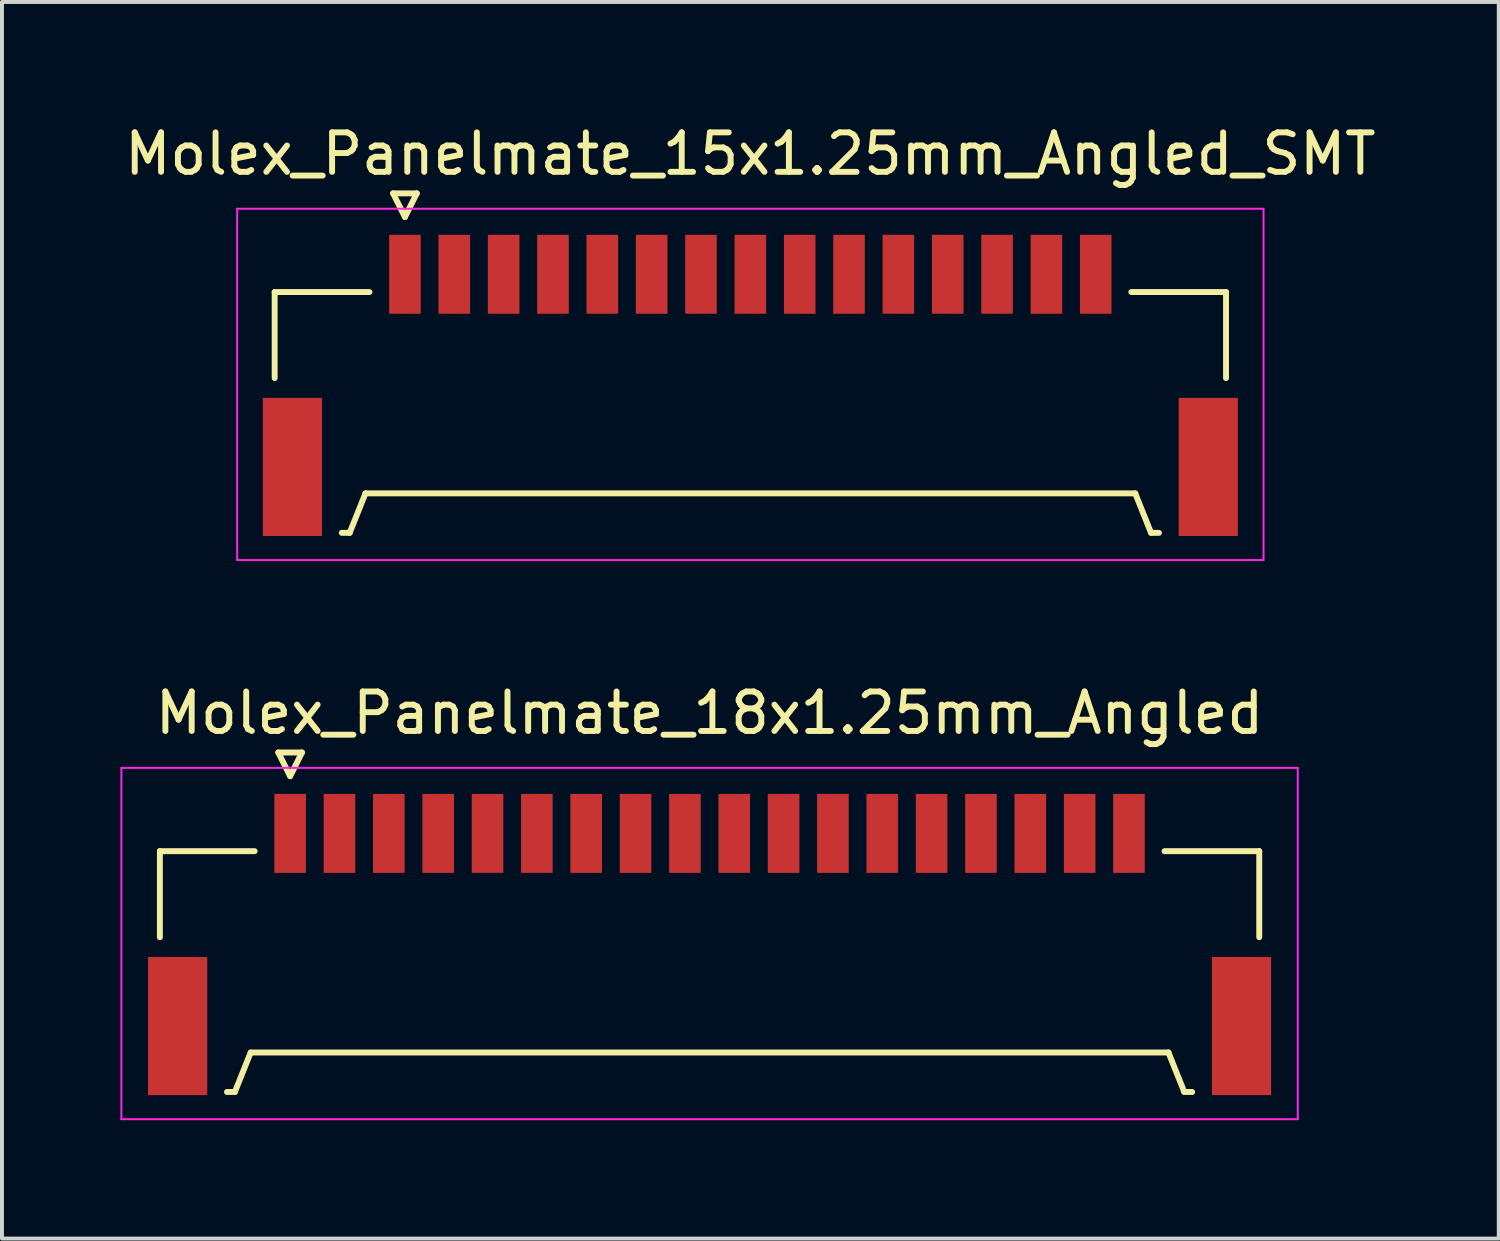
<source format=kicad_pcb>
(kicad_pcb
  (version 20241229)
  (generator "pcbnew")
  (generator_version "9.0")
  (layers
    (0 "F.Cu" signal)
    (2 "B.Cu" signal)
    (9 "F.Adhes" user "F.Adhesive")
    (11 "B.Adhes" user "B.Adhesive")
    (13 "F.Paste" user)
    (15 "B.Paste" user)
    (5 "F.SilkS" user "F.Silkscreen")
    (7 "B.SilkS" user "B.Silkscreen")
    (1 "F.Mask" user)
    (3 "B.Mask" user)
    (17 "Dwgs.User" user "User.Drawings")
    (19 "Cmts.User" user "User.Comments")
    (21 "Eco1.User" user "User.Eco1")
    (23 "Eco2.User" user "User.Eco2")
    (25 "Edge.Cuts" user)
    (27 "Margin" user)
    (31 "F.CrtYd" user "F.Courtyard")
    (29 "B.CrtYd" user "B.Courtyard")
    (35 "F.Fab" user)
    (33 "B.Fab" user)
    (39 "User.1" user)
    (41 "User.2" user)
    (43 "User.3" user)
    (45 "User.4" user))
  (footprint "Molex_Panelmate_15x1.25mm_Angled_SMT"
    (layer "F.Cu")
    (at 15.958 6.338)
    (property "Reference" "Molex_Panelmate_15x1.25mm_Angled_SMT" (at 0 -5.49 0) (layer "F.SilkS") (effects (font (size 1 1) (thickness 0.15))))
    (attr smd)
    (fp_line (start -12.05 -1.99) (end -12.05 0.19) (stroke (width 0.15) (type solid)) (layer "F.SilkS"))
    (fp_line (start -10.35 4.11) (end -10.15 4.11) (stroke (width 0.15) (type solid)) (layer "F.SilkS"))
    (fp_line (start -10.15 4.11) (end -9.75 3.11) (stroke (width 0.15) (type solid)) (layer "F.SilkS"))
    (fp_line (start -9.75 3.11) (end 9.75 3.11) (stroke (width 0.15) (type solid)) (layer "F.SilkS"))
    (fp_line (start -9.65 -1.99) (end -12.05 -1.99) (stroke (width 0.15) (type solid)) (layer "F.SilkS"))
    (fp_line (start -9.05 -4.49) (end -8.75 -3.89) (stroke (width 0.15) (type solid)) (layer "F.SilkS"))
    (fp_line (start -8.75 -3.89) (end -8.45 -4.49) (stroke (width 0.15) (type solid)) (layer "F.SilkS"))
    (fp_line (start -8.45 -4.49) (end -9.05 -4.49) (stroke (width 0.15) (type solid)) (layer "F.SilkS"))
    (fp_line (start 9.65 -1.99) (end 12.05 -1.99) (stroke (width 0.15) (type solid)) (layer "F.SilkS"))
    (fp_line (start 9.75 3.11) (end 10.15 4.11) (stroke (width 0.15) (type solid)) (layer "F.SilkS"))
    (fp_line (start 10.15 4.11) (end 10.35 4.11) (stroke (width 0.15) (type solid)) (layer "F.SilkS"))
    (fp_line (start 12.05 -1.99) (end 12.05 0.19) (stroke (width 0.15) (type solid)) (layer "F.SilkS"))
    (fp_line (start -13 -4.1) (end -13 4.8) (stroke (width 0.05) (type solid)) (layer "F.CrtYd"))
    (fp_line (start -13 4.8) (end 13 4.8) (stroke (width 0.05) (type solid)) (layer "F.CrtYd"))
    (fp_line (start 13 -4.1) (end -13 -4.1) (stroke (width 0.05) (type solid)) (layer "F.CrtYd"))
    (fp_line (start 13 4.8) (end 13 -4.1) (stroke (width 0.05) (type solid)) (layer "F.CrtYd"))
    (pad "" smd rect (at -11.6 2.44) (size 1.5 3.5) (layers "F.Cu" "F.Mask" "F.Paste"))
    (pad "" smd rect (at 11.6 2.44) (size 1.5 3.5) (layers "F.Cu" "F.Mask" "F.Paste"))
    (pad "1" smd rect (at -8.75 -2.44) (size 0.8 2) (layers "F.Cu" "F.Mask" "F.Paste"))
    (pad "2" smd rect (at -7.5 -2.44) (size 0.8 2) (layers "F.Cu" "F.Mask" "F.Paste"))
    (pad "3" smd rect (at -6.25 -2.44) (size 0.8 2) (layers "F.Cu" "F.Mask" "F.Paste"))
    (pad "4" smd rect (at -5 -2.44) (size 0.8 2) (layers "F.Cu" "F.Mask" "F.Paste"))
    (pad "5" smd rect (at -3.75 -2.44) (size 0.8 2) (layers "F.Cu" "F.Mask" "F.Paste"))
    (pad "6" smd rect (at -2.5 -2.44) (size 0.8 2) (layers "F.Cu" "F.Mask" "F.Paste"))
    (pad "7" smd rect (at -1.25 -2.44) (size 0.8 2) (layers "F.Cu" "F.Mask" "F.Paste"))
    (pad "8" smd rect (at 0 -2.44) (size 0.8 2) (layers "F.Cu" "F.Mask" "F.Paste"))
    (pad "9" smd rect (at 1.25 -2.44) (size 0.8 2) (layers "F.Cu" "F.Mask" "F.Paste"))
    (pad "10" smd rect (at 2.5 -2.44) (size 0.8 2) (layers "F.Cu" "F.Mask" "F.Paste"))
    (pad "11" smd rect (at 3.75 -2.44) (size 0.8 2) (layers "F.Cu" "F.Mask" "F.Paste"))
    (pad "12" smd rect (at 5 -2.44) (size 0.8 2) (layers "F.Cu" "F.Mask" "F.Paste"))
    (pad "13" smd rect (at 6.25 -2.44) (size 0.8 2) (layers "F.Cu" "F.Mask" "F.Paste"))
    (pad "14" smd rect (at 7.5 -2.44) (size 0.8 2) (layers "F.Cu" "F.Mask" "F.Paste"))
    (pad "15" smd rect (at 8.75 -2.44) (size 0.8 2) (layers "F.Cu" "F.Mask" "F.Paste")))
  (footprint "Molex_Panelmate_18x1.25mm_Angled"
    (layer "F.Cu")
    (at 14.925 20.502)
    (property "Reference" "Molex_Panelmate_18x1.25mm_Angled" (at 0 -5.49 0) (layer "F.SilkS") (effects (font (size 1 1) (thickness 0.15))))
    (attr smd)
    (fp_line (start -13.925 -1.99) (end -13.925 0.19) (stroke (width 0.15) (type solid)) (layer "F.SilkS"))
    (fp_line (start -12.225 4.11) (end -12.025 4.11) (stroke (width 0.15) (type solid)) (layer "F.SilkS"))
    (fp_line (start -12.025 4.11) (end -11.625 3.11) (stroke (width 0.15) (type solid)) (layer "F.SilkS"))
    (fp_line (start -11.625 3.11) (end 11.625 3.11) (stroke (width 0.15) (type solid)) (layer "F.SilkS"))
    (fp_line (start -11.525 -1.99) (end -13.925 -1.99) (stroke (width 0.15) (type solid)) (layer "F.SilkS"))
    (fp_line (start -10.925 -4.49) (end -10.625 -3.89) (stroke (width 0.15) (type solid)) (layer "F.SilkS"))
    (fp_line (start -10.625 -3.89) (end -10.325 -4.49) (stroke (width 0.15) (type solid)) (layer "F.SilkS"))
    (fp_line (start -10.325 -4.49) (end -10.925 -4.49) (stroke (width 0.15) (type solid)) (layer "F.SilkS"))
    (fp_line (start 11.525 -1.99) (end 13.925 -1.99) (stroke (width 0.15) (type solid)) (layer "F.SilkS"))
    (fp_line (start 11.625 3.11) (end 12.025 4.11) (stroke (width 0.15) (type solid)) (layer "F.SilkS"))
    (fp_line (start 12.025 4.11) (end 12.225 4.11) (stroke (width 0.15) (type solid)) (layer "F.SilkS"))
    (fp_line (start 13.925 -1.99) (end 13.925 0.19) (stroke (width 0.15) (type solid)) (layer "F.SilkS"))
    (fp_line (start -14.9 -4.1) (end -14.9 4.8) (stroke (width 0.05) (type solid)) (layer "F.CrtYd"))
    (fp_line (start -14.9 4.8) (end 14.9 4.8) (stroke (width 0.05) (type solid)) (layer "F.CrtYd"))
    (fp_line (start 14.9 -4.1) (end -14.9 -4.1) (stroke (width 0.05) (type solid)) (layer "F.CrtYd"))
    (fp_line (start 14.9 4.8) (end 14.9 -4.1) (stroke (width 0.05) (type solid)) (layer "F.CrtYd"))
    (pad "" smd rect (at -13.475 2.44) (size 1.5 3.5) (layers "F.Cu" "F.Mask" "F.Paste"))
    (pad "" smd rect (at 13.475 2.44) (size 1.5 3.5) (layers "F.Cu" "F.Mask" "F.Paste"))
    (pad "1" smd rect (at -10.625 -2.44) (size 0.8 2) (layers "F.Cu" "F.Mask" "F.Paste"))
    (pad "2" smd rect (at -9.375 -2.44) (size 0.8 2) (layers "F.Cu" "F.Mask" "F.Paste"))
    (pad "3" smd rect (at -8.125 -2.44) (size 0.8 2) (layers "F.Cu" "F.Mask" "F.Paste"))
    (pad "4" smd rect (at -6.875 -2.44) (size 0.8 2) (layers "F.Cu" "F.Mask" "F.Paste"))
    (pad "5" smd rect (at -5.625 -2.44) (size 0.8 2) (layers "F.Cu" "F.Mask" "F.Paste"))
    (pad "6" smd rect (at -4.375 -2.44) (size 0.8 2) (layers "F.Cu" "F.Mask" "F.Paste"))
    (pad "7" smd rect (at -3.125 -2.44) (size 0.8 2) (layers "F.Cu" "F.Mask" "F.Paste"))
    (pad "8" smd rect (at -1.875 -2.44) (size 0.8 2) (layers "F.Cu" "F.Mask" "F.Paste"))
    (pad "9" smd rect (at -0.625 -2.44) (size 0.8 2) (layers "F.Cu" "F.Mask" "F.Paste"))
    (pad "10" smd rect (at 0.625 -2.44) (size 0.8 2) (layers "F.Cu" "F.Mask" "F.Paste"))
    (pad "11" smd rect (at 1.875 -2.44) (size 0.8 2) (layers "F.Cu" "F.Mask" "F.Paste"))
    (pad "12" smd rect (at 3.125 -2.44) (size 0.8 2) (layers "F.Cu" "F.Mask" "F.Paste"))
    (pad "13" smd rect (at 4.375 -2.44) (size 0.8 2) (layers "F.Cu" "F.Mask" "F.Paste"))
    (pad "14" smd rect (at 5.625 -2.44) (size 0.8 2) (layers "F.Cu" "F.Mask" "F.Paste"))
    (pad "15" smd rect (at 6.875 -2.44) (size 0.8 2) (layers "F.Cu" "F.Mask" "F.Paste"))
    (pad "16" smd rect (at 8.125 -2.44) (size 0.8 2) (layers "F.Cu" "F.Mask" "F.Paste"))
    (pad "17" smd rect (at 9.375 -2.44) (size 0.8 2) (layers "F.Cu" "F.Mask" "F.Paste"))
    (pad "18" smd rect (at 10.625 -2.44) (size 0.8 2) (layers "F.Cu" "F.Mask" "F.Paste")))
  (gr_rect
    (start -3 -3)
    (end 34.917 28.326)
    (stroke (width 0.1) (type default))
    (fill no)
    (layer "Edge.Cuts")))
</source>
